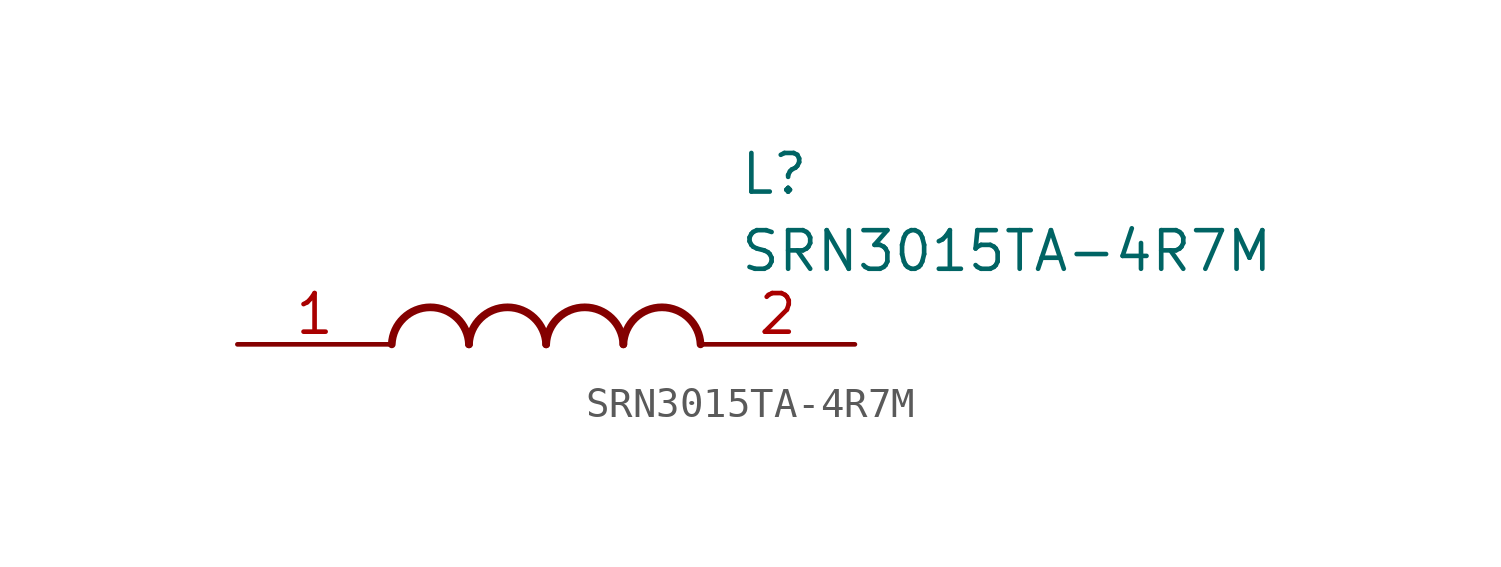
<source format=kicad_sym>
(kicad_symbol_lib
  (version 20211014)
  (generator SamacSys_ECAD_Model)
  (symbol "SRN3015TA-4R7M"
    (pin_names hide)
    (property "Reference" "L"
      (at 16.51 6.35 0)
      (effects (font (size 1.27 1.27)) (justify left top)))
    (property "Value" "SRN3015TA-4R7M"
      (at 16.51 3.81 0)
      (effects (font (size 1.27 1.27)) (justify left top)))
    (arc
      (start 7.62 0)
      (mid 6.35 1.219)
      (end 5.08 0)
      (stroke (width 0.254) (type default))
      (fill (type none)))
    (arc
      (start 10.16 0)
      (mid 8.89 1.219)
      (end 7.62 0)
      (stroke (width 0.254) (type default))
      (fill (type none)))
    (arc
      (start 12.7 0)
      (mid 11.43 1.219)
      (end 10.16 0)
      (stroke (width 0.254) (type default))
      (fill (type none)))
    (arc
      (start 15.24 0)
      (mid 13.97 1.219)
      (end 12.7 0)
      (stroke (width 0.254) (type default))
      (fill (type none)))
    (pin passive line
      (at 0 0 0)
      (length 5.08)
      (name "1" (effects (font (size 1.27 1.27))))
      (number "1" (effects (font (size 1.27 1.27)))))
    (pin passive line
      (at 20.32 0 180)
      (length 5.08)
      (name "2" (effects (font (size 1.27 1.27))))
      (number "2" (effects (font (size 1.27 1.27)))))))
</source>
